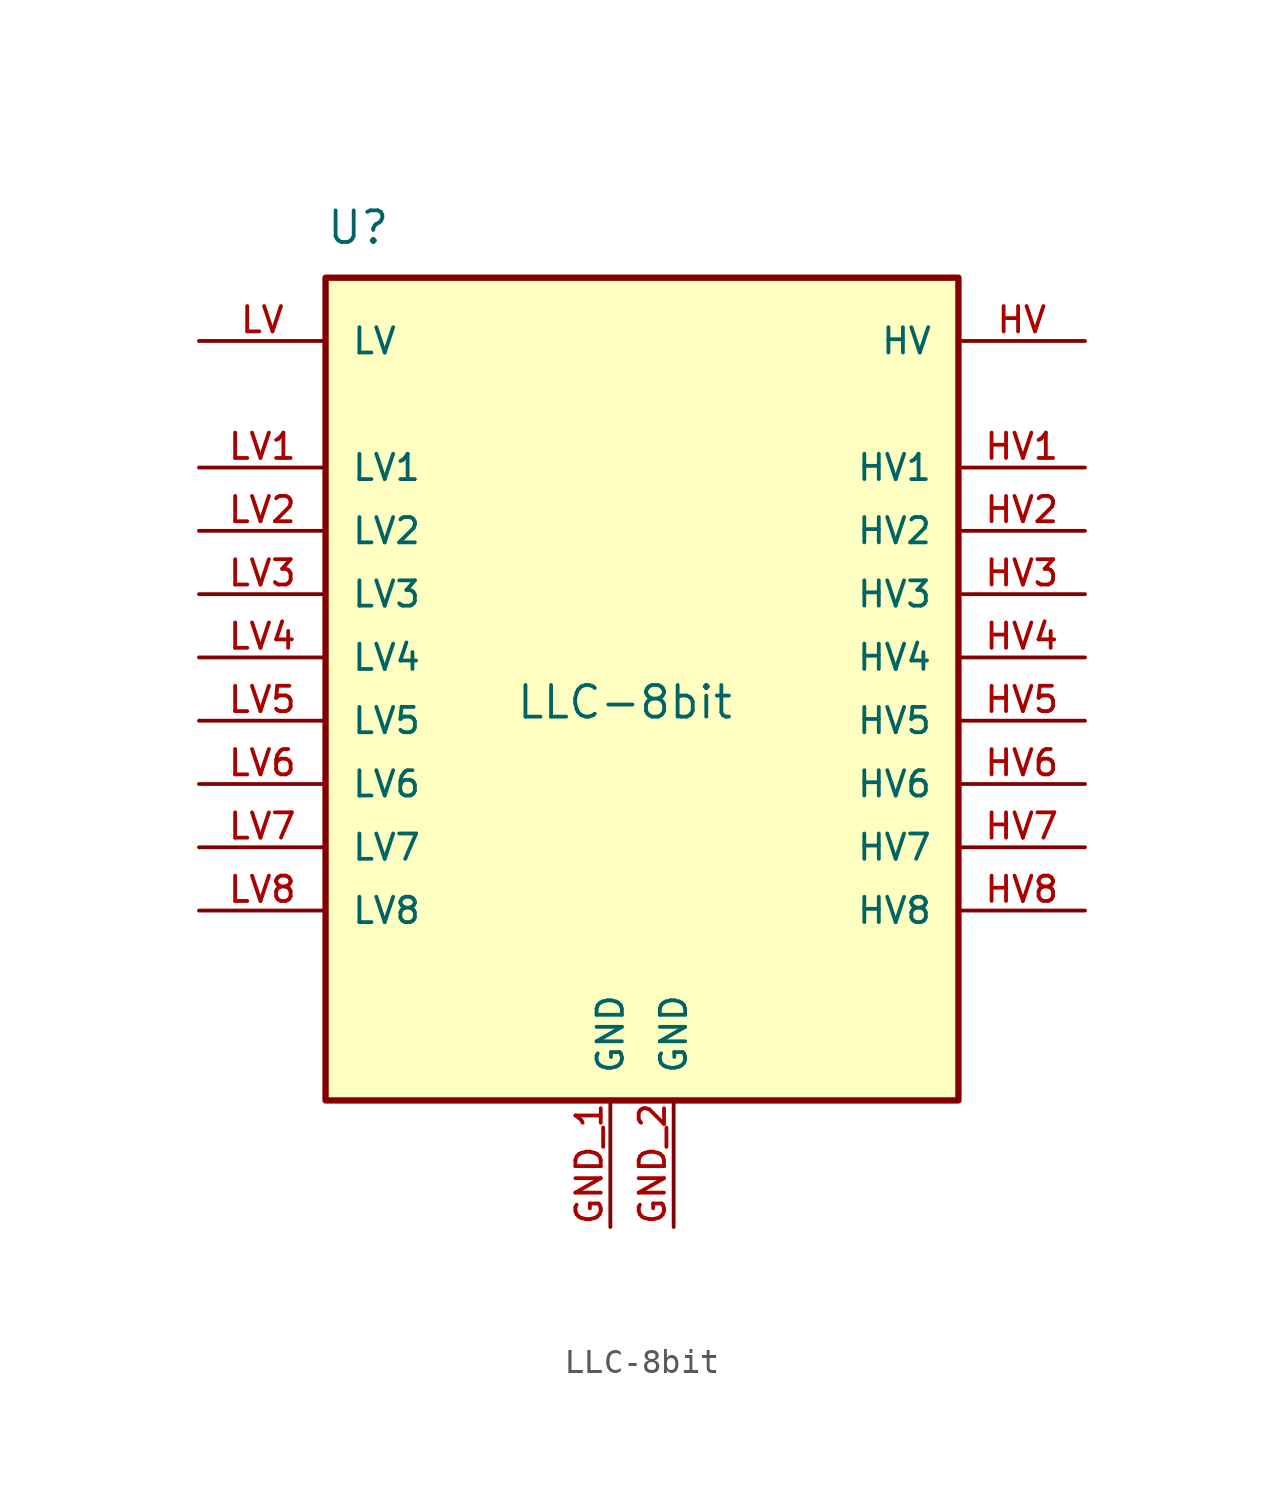
<source format=kicad_sym>
(kicad_symbol_lib
  (version 20211014)
  (generator kicad_symbol_editor)
  (symbol "LLC-8bit"
    (pin_names
      (offset 1.016))
    (property "Reference" "U"
      (at -12.7 17.78 0)
      (effects (font (size 1.27 1.27)) (justify left bottom)))
    (property "Value" "LLC-8bit"
      (at -5.08 -1.27 0)
      (effects (font (size 1.27 1.27)) (justify left bottom)))
    (symbol "LLC-8bit_0_0"
      (rectangle (start -12.7 16.51) (end 12.7 -16.51) (stroke (width 0.254) (type default) (color 0 0 0 0)) (fill (type background)))
      (pin power_in line (at -1.27 -21.59 90) (length 5.08) (name "GND" (effects (font (size 1.016 1.016)))) (number "GND_1" (effects (font (size 1.016 1.016)))))
      (pin power_in line (at 1.27 -21.59 90) (length 5.08) (name "GND" (effects (font (size 1.016 1.016)))) (number "GND_2" (effects (font (size 1.016 1.016)))))
      (pin power_in line (at 17.78 13.97 180) (length 5.08) (name "HV" (effects (font (size 1.016 1.016)))) (number "HV" (effects (font (size 1.016 1.016)))))
      (pin bidirectional line (at 17.78 8.89 180) (length 5.08) (name "HV1" (effects (font (size 1.016 1.016)))) (number "HV1" (effects (font (size 1.016 1.016)))))
      (pin bidirectional line (at 17.78 6.35 180) (length 5.08) (name "HV2" (effects (font (size 1.016 1.016)))) (number "HV2" (effects (font (size 1.016 1.016)))))
      (pin bidirectional line (at 17.78 3.81 180) (length 5.08) (name "HV3" (effects (font (size 1.016 1.016)))) (number "HV3" (effects (font (size 1.016 1.016)))))
      (pin bidirectional line (at 17.78 1.27 180) (length 5.08) (name "HV4" (effects (font (size 1.016 1.016)))) (number "HV4" (effects (font (size 1.016 1.016)))))
      (pin bidirectional line (at 17.78 -1.27 180) (length 5.08) (name "HV5" (effects (font (size 1.016 1.016)))) (number "HV5" (effects (font (size 1.016 1.016)))))
      (pin bidirectional line (at 17.78 -3.81 180) (length 5.08) (name "HV6" (effects (font (size 1.016 1.016)))) (number "HV6" (effects (font (size 1.016 1.016)))))
      (pin bidirectional line (at 17.78 -6.35 180) (length 5.08) (name "HV7" (effects (font (size 1.016 1.016)))) (number "HV7" (effects (font (size 1.016 1.016)))))
      (pin bidirectional line (at 17.78 -8.89 180) (length 5.08) (name "HV8" (effects (font (size 1.016 1.016)))) (number "HV8" (effects (font (size 1.016 1.016)))))
      (pin power_in line (at -17.78 13.97 0) (length 5.08) (name "LV" (effects (font (size 1.016 1.016)))) (number "LV" (effects (font (size 1.016 1.016)))))
      (pin bidirectional line (at -17.78 8.89 0) (length 5.08) (name "LV1" (effects (font (size 1.016 1.016)))) (number "LV1" (effects (font (size 1.016 1.016)))))
      (pin bidirectional line (at -17.78 6.35 0) (length 5.08) (name "LV2" (effects (font (size 1.016 1.016)))) (number "LV2" (effects (font (size 1.016 1.016)))))
      (pin bidirectional line (at -17.78 3.81 0) (length 5.08) (name "LV3" (effects (font (size 1.016 1.016)))) (number "LV3" (effects (font (size 1.016 1.016)))))
      (pin bidirectional line (at -17.78 1.27 0) (length 5.08) (name "LV4" (effects (font (size 1.016 1.016)))) (number "LV4" (effects (font (size 1.016 1.016)))))
      (pin bidirectional line (at -17.78 -1.27 0) (length 5.08) (name "LV5" (effects (font (size 1.016 1.016)))) (number "LV5" (effects (font (size 1.016 1.016)))))
      (pin bidirectional line (at -17.78 -3.81 0) (length 5.08) (name "LV6" (effects (font (size 1.016 1.016)))) (number "LV6" (effects (font (size 1.016 1.016)))))
      (pin bidirectional line (at -17.78 -6.35 0) (length 5.08) (name "LV7" (effects (font (size 1.016 1.016)))) (number "LV7" (effects (font (size 1.016 1.016)))))
      (pin bidirectional line (at -17.78 -8.89 0) (length 5.08) (name "LV8" (effects (font (size 1.016 1.016)))) (number "LV8" (effects (font (size 1.016 1.016))))))))
</source>
